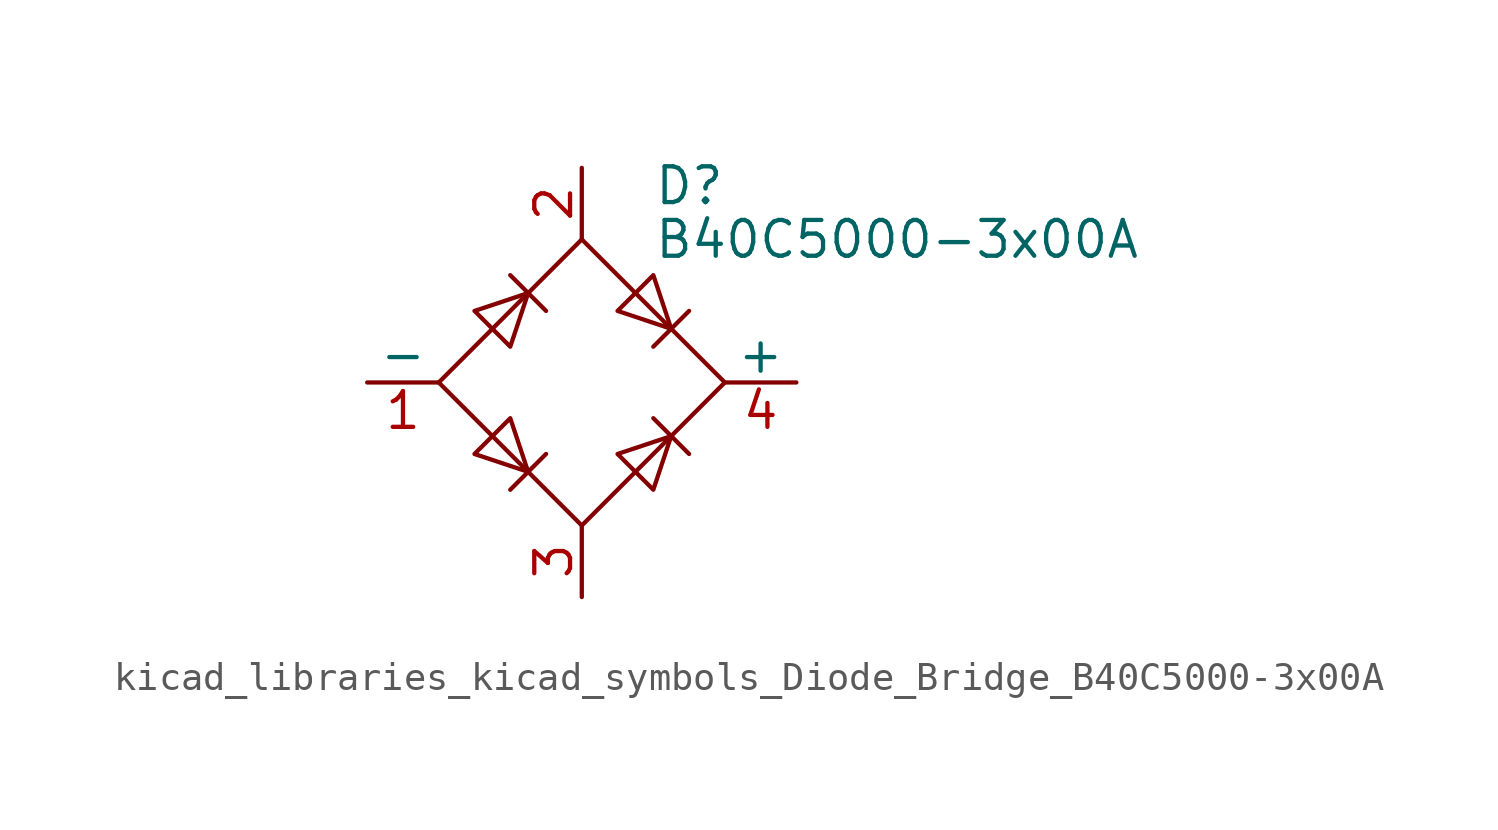
<source format=kicad_sym>
(kicad_symbol_lib
  (version 20220914)
  (generator kicad_symbol_editor)
  (symbol "kicad_libraries_kicad_symbols_Diode_Bridge_B40C5000-3x00A"
    (pin_names
      (offset 0))
    (property "Reference" "D"
      (at 2.54 6.985 0)
      (effects (font (size 1.27 1.27)) (justify left)))
    (property "Value" "B40C5000-3x00A"
      (at 2.54 5.08 0)
      (effects (font (size 1.27 1.27)) (justify left)))
    (symbol "kicad_libraries_kicad_symbols_Diode_Bridge_B40C5000-3x00A_0_1"
      (polyline (pts (xy -2.54 3.81) (xy -1.27 2.54)) (stroke (width 0) (type default)) (fill (type none)))
      (polyline (pts (xy -1.27 -2.54) (xy -2.54 -3.81)) (stroke (width 0) (type default)) (fill (type none)))
      (polyline (pts (xy 2.54 -1.27) (xy 3.81 -2.54)) (stroke (width 0) (type default)) (fill (type none)))
      (polyline (pts (xy 2.54 1.27) (xy 3.81 2.54)) (stroke (width 0) (type default)) (fill (type none)))
      (polyline (pts (xy -3.81 2.54) (xy -2.54 1.27) (xy -1.905 3.175) (xy -3.81 2.54)) (stroke (width 0) (type default)) (fill (type none)))
      (polyline (pts (xy -2.54 -1.27) (xy -3.81 -2.54) (xy -1.905 -3.175) (xy -2.54 -1.27)) (stroke (width 0) (type default)) (fill (type none)))
      (polyline (pts (xy 1.27 2.54) (xy 2.54 3.81) (xy 3.175 1.905) (xy 1.27 2.54)) (stroke (width 0) (type default)) (fill (type none)))
      (polyline (pts (xy 3.175 -1.905) (xy 1.27 -2.54) (xy 2.54 -3.81) (xy 3.175 -1.905)) (stroke (width 0) (type default)) (fill (type none)))
      (polyline (pts (xy -5.08 0) (xy 0 -5.08) (xy 5.08 0) (xy 0 5.08) (xy -5.08 0)) (stroke (width 0) (type default)) (fill (type none))))
    (symbol "kicad_libraries_kicad_symbols_Diode_Bridge_B40C5000-3x00A_1_1"
      (pin passive line (at -7.62 0 0) (length 2.54) (name "-" (effects (font (size 1.27 1.27)))) (number "1" (effects (font (size 1.27 1.27)))))
      (pin passive line (at 0 7.62 270) (length 2.54) (name "~" (effects (font (size 1.27 1.27)))) (number "2" (effects (font (size 1.27 1.27)))))
      (pin passive line (at 0 -7.62 90) (length 2.54) (name "~" (effects (font (size 1.27 1.27)))) (number "3" (effects (font (size 1.27 1.27)))))
      (pin passive line (at 7.62 0 180) (length 2.54) (name "+" (effects (font (size 1.27 1.27)))) (number "4" (effects (font (size 1.27 1.27))))))))
</source>
